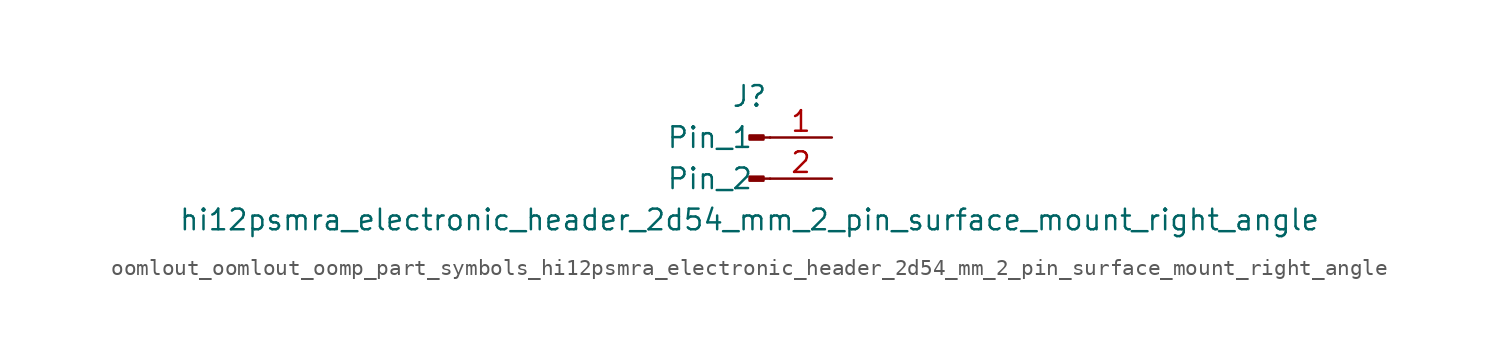
<source format=kicad_sym>
(kicad_symbol_lib
  (version 20220914)
  (generator kicad_symbol_editor)
  (symbol "oomlout_oomlout_oomp_part_symbols_hi12psmra_electronic_header_2d54_mm_2_pin_surface_mount_right_angle"
    (pin_names
      (offset 1.016))
    (property "Reference" "J"
      (at 0 2.54 0)
      (effects (font (size 1.27 1.27))))
    (property "Value" "hi12psmra_electronic_header_2d54_mm_2_pin_surface_mount_right_angle"
      (at 0 -5.08 0)
      (effects (font (size 1.27 1.27))))
    (property "ki_locked" ""
      (at 0 0 0)
      (effects (font (size 1.27 1.27))))
    (symbol "oomlout_oomlout_oomp_part_symbols_hi12psmra_electronic_header_2d54_mm_2_pin_surface_mount_right_angle_1_1"
      (polyline (pts (xy 1.27 -2.54) (xy 0.864 -2.54)) (stroke (width 0.152) (type default)) (fill (type none)))
      (polyline (pts (xy 1.27 0) (xy 0.864 0)) (stroke (width 0.152) (type default)) (fill (type none)))
      (rectangle (start 0.864 -2.413) (end 0 -2.667) (stroke (width 0.152) (type default)) (fill (type outline)))
      (rectangle (start 0.864 0.127) (end 0 -0.127) (stroke (width 0.152) (type default)) (fill (type outline)))
      (pin passive line (at 5.08 0 180) (length 3.81) (name "Pin_1" (effects (font (size 1.27 1.27)))) (number "1" (effects (font (size 1.27 1.27)))))
      (pin passive line (at 5.08 -2.54 180) (length 3.81) (name "Pin_2" (effects (font (size 1.27 1.27)))) (number "2" (effects (font (size 1.27 1.27))))))))
</source>
